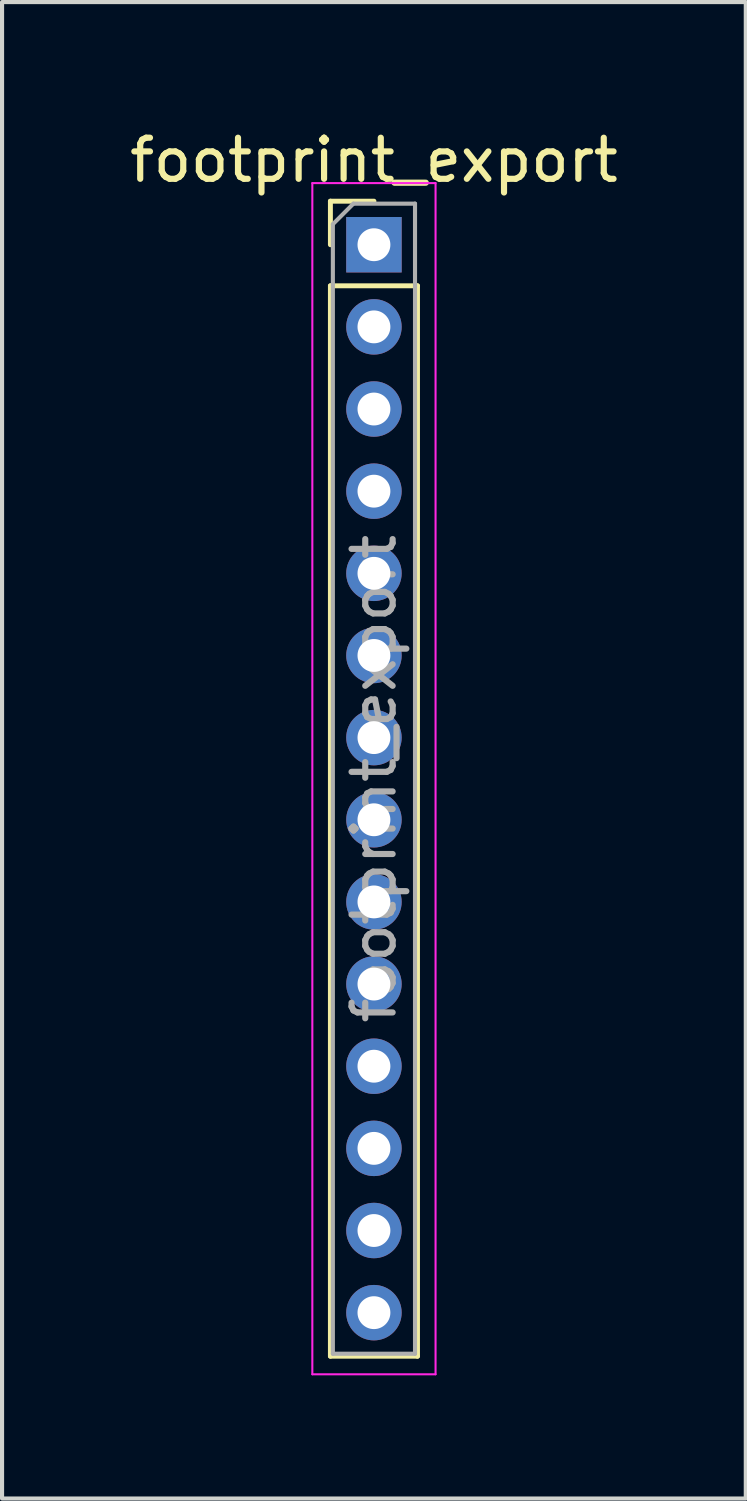
<source format=kicad_pcb>
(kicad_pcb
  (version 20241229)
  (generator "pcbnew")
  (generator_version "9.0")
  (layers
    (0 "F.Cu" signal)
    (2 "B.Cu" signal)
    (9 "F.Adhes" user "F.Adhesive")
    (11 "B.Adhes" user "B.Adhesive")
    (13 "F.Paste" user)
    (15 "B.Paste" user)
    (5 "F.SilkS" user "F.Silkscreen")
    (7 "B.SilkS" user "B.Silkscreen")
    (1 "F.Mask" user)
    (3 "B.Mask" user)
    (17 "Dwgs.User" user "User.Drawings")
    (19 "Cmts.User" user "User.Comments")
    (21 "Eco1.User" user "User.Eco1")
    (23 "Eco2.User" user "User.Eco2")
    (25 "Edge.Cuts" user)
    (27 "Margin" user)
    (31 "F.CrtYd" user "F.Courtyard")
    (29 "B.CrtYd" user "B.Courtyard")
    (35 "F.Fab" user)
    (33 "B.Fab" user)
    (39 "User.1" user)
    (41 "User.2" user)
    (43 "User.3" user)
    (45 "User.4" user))
  (footprint "footprint_export"
    (layer "F.Cu")
    (at 6.054 2.908)
    (property "Reference" "footprint_export" (at 0 -2.06 0) (layer "F.SilkS") (effects (font (size 1 1) (thickness 0.15))))
    (attr through_hole)
    (fp_line (start -1.06 -1.06) (end 0 -1.06) (stroke (width 0.12) (type solid)) (layer "F.SilkS"))
    (fp_line (start -1.06 0) (end -1.06 -1.06) (stroke (width 0.12) (type solid)) (layer "F.SilkS"))
    (fp_line (start -1.06 1) (end -1.06 27.06) (stroke (width 0.12) (type solid)) (layer "F.SilkS"))
    (fp_line (start -1.06 1) (end 1.06 1) (stroke (width 0.12) (type solid)) (layer "F.SilkS"))
    (fp_line (start -1.06 27.06) (end 1.06 27.06) (stroke (width 0.12) (type solid)) (layer "F.SilkS"))
    (fp_line (start 1.06 1) (end 1.06 27.06) (stroke (width 0.12) (type solid)) (layer "F.SilkS"))
    (fp_line (start -1.5 -1.5) (end -1.5 27.5) (stroke (width 0.05) (type solid)) (layer "F.CrtYd"))
    (fp_line (start -1.5 27.5) (end 1.5 27.5) (stroke (width 0.05) (type solid)) (layer "F.CrtYd"))
    (fp_line (start 1.5 -1.5) (end -1.5 -1.5) (stroke (width 0.05) (type solid)) (layer "F.CrtYd"))
    (fp_line (start 1.5 27.5) (end 1.5 -1.5) (stroke (width 0.05) (type solid)) (layer "F.CrtYd"))
    (fp_line (start -1 -0.5) (end -0.5 -1) (stroke (width 0.1) (type solid)) (layer "F.Fab"))
    (fp_line (start -1 27) (end -1 -0.5) (stroke (width 0.1) (type solid)) (layer "F.Fab"))
    (fp_line (start -0.5 -1) (end 1 -1) (stroke (width 0.1) (type solid)) (layer "F.Fab"))
    (fp_line (start 1 -1) (end 1 27) (stroke (width 0.1) (type solid)) (layer "F.Fab"))
    (fp_line (start 1 27) (end -1 27) (stroke (width 0.1) (type solid)) (layer "F.Fab"))
    (fp_text user "${REFERENCE}" (at 0 13 90) (layer "F.Fab") (effects (font (size 1 1) (thickness 0.15))))
    (pad "1" thru_hole rect (at 0 0) (size 1.35 1.35) (drill 0.8) (layers "*.Cu" "*.Mask"))
    (pad "2" thru_hole oval (at 0 2) (size 1.35 1.35) (drill 0.8) (layers "*.Cu" "*.Mask"))
    (pad "3" thru_hole oval (at 0 4) (size 1.35 1.35) (drill 0.8) (layers "*.Cu" "*.Mask"))
    (pad "4" thru_hole oval (at 0 6) (size 1.35 1.35) (drill 0.8) (layers "*.Cu" "*.Mask"))
    (pad "5" thru_hole oval (at 0 8) (size 1.35 1.35) (drill 0.8) (layers "*.Cu" "*.Mask"))
    (pad "6" thru_hole oval (at 0 10) (size 1.35 1.35) (drill 0.8) (layers "*.Cu" "*.Mask"))
    (pad "7" thru_hole oval (at 0 12) (size 1.35 1.35) (drill 0.8) (layers "*.Cu" "*.Mask"))
    (pad "8" thru_hole oval (at 0 14) (size 1.35 1.35) (drill 0.8) (layers "*.Cu" "*.Mask"))
    (pad "9" thru_hole oval (at 0 16) (size 1.35 1.35) (drill 0.8) (layers "*.Cu" "*.Mask"))
    (pad "10" thru_hole oval (at 0 18) (size 1.35 1.35) (drill 0.8) (layers "*.Cu" "*.Mask"))
    (pad "11" thru_hole oval (at 0 20) (size 1.35 1.35) (drill 0.8) (layers "*.Cu" "*.Mask"))
    (pad "12" thru_hole oval (at 0 22) (size 1.35 1.35) (drill 0.8) (layers "*.Cu" "*.Mask"))
    (pad "13" thru_hole oval (at 0 24) (size 1.35 1.35) (drill 0.8) (layers "*.Cu" "*.Mask"))
    (pad "14" thru_hole oval (at 0 26) (size 1.35 1.35) (drill 0.8) (layers "*.Cu" "*.Mask")))
  (gr_rect
    (start -3 -3)
    (end 15.107 33.433)
    (stroke (width 0.1) (type default))
    (fill no)
    (layer "Edge.Cuts")))
</source>
